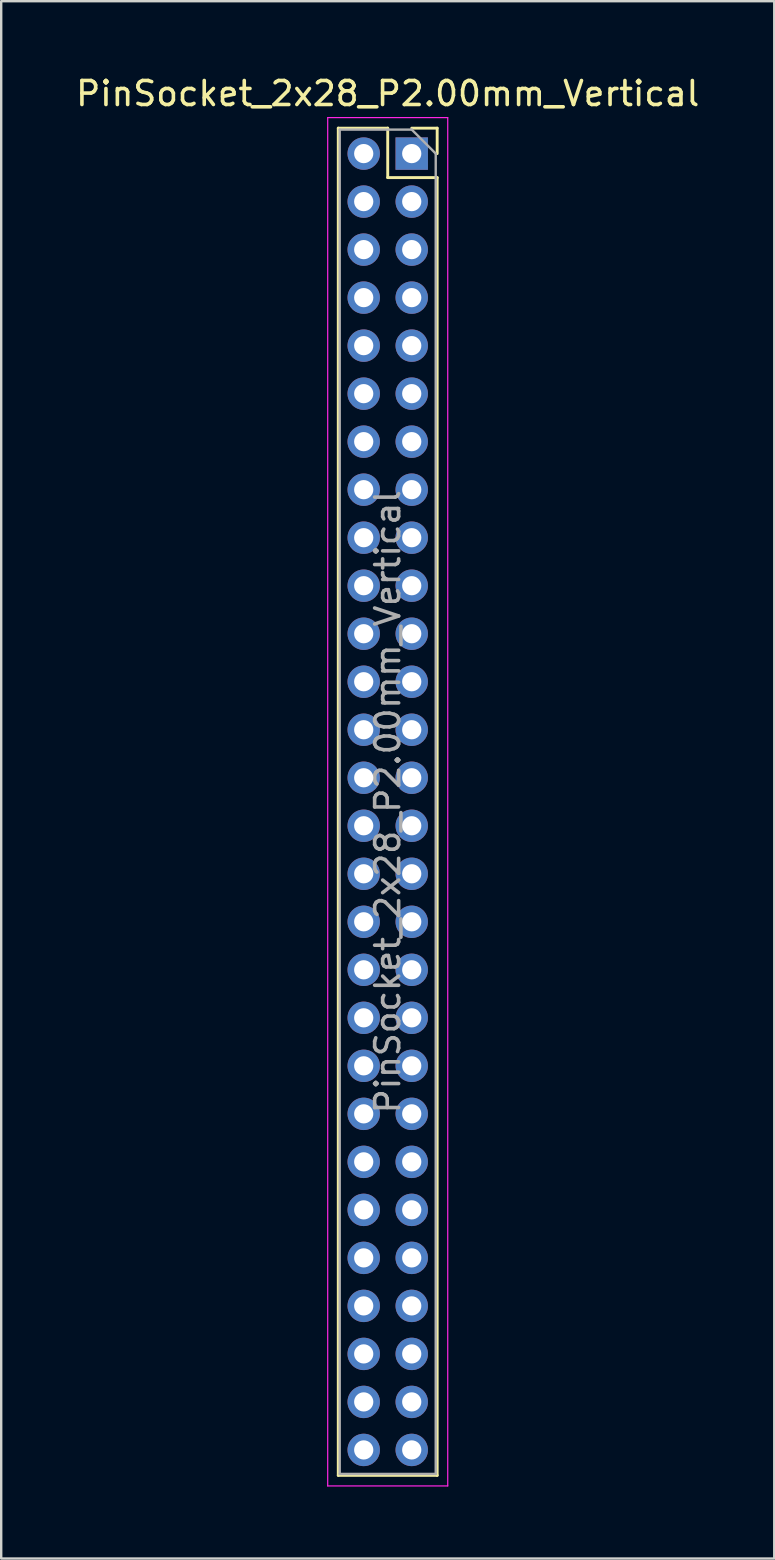
<source format=kicad_pcb>
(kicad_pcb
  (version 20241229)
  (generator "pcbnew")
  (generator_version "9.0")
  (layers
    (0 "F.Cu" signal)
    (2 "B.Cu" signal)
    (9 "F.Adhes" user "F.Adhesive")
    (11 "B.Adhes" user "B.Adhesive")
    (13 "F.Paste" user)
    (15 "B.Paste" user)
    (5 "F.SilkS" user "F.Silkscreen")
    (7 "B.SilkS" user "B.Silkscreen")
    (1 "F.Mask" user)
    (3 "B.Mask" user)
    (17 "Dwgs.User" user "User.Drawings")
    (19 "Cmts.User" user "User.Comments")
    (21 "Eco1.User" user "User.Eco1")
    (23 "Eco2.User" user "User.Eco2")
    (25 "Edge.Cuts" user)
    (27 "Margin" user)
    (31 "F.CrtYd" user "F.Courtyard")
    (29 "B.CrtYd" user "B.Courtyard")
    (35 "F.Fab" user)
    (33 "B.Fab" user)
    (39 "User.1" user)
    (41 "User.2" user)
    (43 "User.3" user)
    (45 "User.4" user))
  (footprint "PinSocket_2x28_P2.00mm_Vertical"
    (layer "F.Cu")
    (at 14.101 3.348)
    (property "Reference" "PinSocket_2x28_P2.00mm_Vertical" (at -1 -2.5 0) (layer "F.SilkS") (effects (font (size 1 1) (thickness 0.15))))
    (attr through_hole)
    (fp_line (start -3.06 -1.06) (end -3.06 55.06) (stroke (width 0.12) (type solid)) (layer "F.SilkS"))
    (fp_line (start -3.06 -1.06) (end -1 -1.06) (stroke (width 0.12) (type solid)) (layer "F.SilkS"))
    (fp_line (start -3.06 55.06) (end 1.06 55.06) (stroke (width 0.12) (type solid)) (layer "F.SilkS"))
    (fp_line (start -1 -1.06) (end -1 1) (stroke (width 0.12) (type solid)) (layer "F.SilkS"))
    (fp_line (start -1 1) (end 1.06 1) (stroke (width 0.12) (type solid)) (layer "F.SilkS"))
    (fp_line (start 0 -1.06) (end 1.06 -1.06) (stroke (width 0.12) (type solid)) (layer "F.SilkS"))
    (fp_line (start 1.06 -1.06) (end 1.06 0) (stroke (width 0.12) (type solid)) (layer "F.SilkS"))
    (fp_line (start 1.06 1) (end 1.06 55.06) (stroke (width 0.12) (type solid)) (layer "F.SilkS"))
    (fp_line (start -3.5 -1.5) (end 1.5 -1.5) (stroke (width 0.05) (type solid)) (layer "F.CrtYd"))
    (fp_line (start -3.5 55.5) (end -3.5 -1.5) (stroke (width 0.05) (type solid)) (layer "F.CrtYd"))
    (fp_line (start 1.5 -1.5) (end 1.5 55.5) (stroke (width 0.05) (type solid)) (layer "F.CrtYd"))
    (fp_line (start 1.5 55.5) (end -3.5 55.5) (stroke (width 0.05) (type solid)) (layer "F.CrtYd"))
    (fp_line (start -3 -1) (end 0 -1) (stroke (width 0.1) (type solid)) (layer "F.Fab"))
    (fp_line (start -3 55) (end -3 -1) (stroke (width 0.1) (type solid)) (layer "F.Fab"))
    (fp_line (start 0 -1) (end 1 0) (stroke (width 0.1) (type solid)) (layer "F.Fab"))
    (fp_line (start 1 0) (end 1 55) (stroke (width 0.1) (type solid)) (layer "F.Fab"))
    (fp_line (start 1 55) (end -3 55) (stroke (width 0.1) (type solid)) (layer "F.Fab"))
    (fp_text user "${REFERENCE}" (at -1 27 90) (layer "F.Fab") (effects (font (size 1 1) (thickness 0.15))))
    (pad "1" thru_hole rect (at 0 0) (size 1.35 1.35) (drill 0.8) (layers "*.Cu" "*.Mask"))
    (pad "2" thru_hole oval (at -2 0) (size 1.35 1.35) (drill 0.8) (layers "*.Cu" "*.Mask"))
    (pad "3" thru_hole oval (at 0 2) (size 1.35 1.35) (drill 0.8) (layers "*.Cu" "*.Mask"))
    (pad "4" thru_hole oval (at -2 2) (size 1.35 1.35) (drill 0.8) (layers "*.Cu" "*.Mask"))
    (pad "5" thru_hole oval (at 0 4) (size 1.35 1.35) (drill 0.8) (layers "*.Cu" "*.Mask"))
    (pad "6" thru_hole oval (at -2 4) (size 1.35 1.35) (drill 0.8) (layers "*.Cu" "*.Mask"))
    (pad "7" thru_hole oval (at 0 6) (size 1.35 1.35) (drill 0.8) (layers "*.Cu" "*.Mask"))
    (pad "8" thru_hole oval (at -2 6) (size 1.35 1.35) (drill 0.8) (layers "*.Cu" "*.Mask"))
    (pad "9" thru_hole oval (at 0 8) (size 1.35 1.35) (drill 0.8) (layers "*.Cu" "*.Mask"))
    (pad "10" thru_hole oval (at -2 8) (size 1.35 1.35) (drill 0.8) (layers "*.Cu" "*.Mask"))
    (pad "11" thru_hole oval (at 0 10) (size 1.35 1.35) (drill 0.8) (layers "*.Cu" "*.Mask"))
    (pad "12" thru_hole oval (at -2 10) (size 1.35 1.35) (drill 0.8) (layers "*.Cu" "*.Mask"))
    (pad "13" thru_hole oval (at 0 12) (size 1.35 1.35) (drill 0.8) (layers "*.Cu" "*.Mask"))
    (pad "14" thru_hole oval (at -2 12) (size 1.35 1.35) (drill 0.8) (layers "*.Cu" "*.Mask"))
    (pad "15" thru_hole oval (at 0 14) (size 1.35 1.35) (drill 0.8) (layers "*.Cu" "*.Mask"))
    (pad "16" thru_hole oval (at -2 14) (size 1.35 1.35) (drill 0.8) (layers "*.Cu" "*.Mask"))
    (pad "17" thru_hole oval (at 0 16) (size 1.35 1.35) (drill 0.8) (layers "*.Cu" "*.Mask"))
    (pad "18" thru_hole oval (at -2 16) (size 1.35 1.35) (drill 0.8) (layers "*.Cu" "*.Mask"))
    (pad "19" thru_hole oval (at 0 18) (size 1.35 1.35) (drill 0.8) (layers "*.Cu" "*.Mask"))
    (pad "20" thru_hole oval (at -2 18) (size 1.35 1.35) (drill 0.8) (layers "*.Cu" "*.Mask"))
    (pad "21" thru_hole oval (at 0 20) (size 1.35 1.35) (drill 0.8) (layers "*.Cu" "*.Mask"))
    (pad "22" thru_hole oval (at -2 20) (size 1.35 1.35) (drill 0.8) (layers "*.Cu" "*.Mask"))
    (pad "23" thru_hole oval (at 0 22) (size 1.35 1.35) (drill 0.8) (layers "*.Cu" "*.Mask"))
    (pad "24" thru_hole oval (at -2 22) (size 1.35 1.35) (drill 0.8) (layers "*.Cu" "*.Mask"))
    (pad "25" thru_hole oval (at 0 24) (size 1.35 1.35) (drill 0.8) (layers "*.Cu" "*.Mask"))
    (pad "26" thru_hole oval (at -2 24) (size 1.35 1.35) (drill 0.8) (layers "*.Cu" "*.Mask"))
    (pad "27" thru_hole oval (at 0 26) (size 1.35 1.35) (drill 0.8) (layers "*.Cu" "*.Mask"))
    (pad "28" thru_hole oval (at -2 26) (size 1.35 1.35) (drill 0.8) (layers "*.Cu" "*.Mask"))
    (pad "29" thru_hole oval (at 0 28) (size 1.35 1.35) (drill 0.8) (layers "*.Cu" "*.Mask"))
    (pad "30" thru_hole oval (at -2 28) (size 1.35 1.35) (drill 0.8) (layers "*.Cu" "*.Mask"))
    (pad "31" thru_hole oval (at 0 30) (size 1.35 1.35) (drill 0.8) (layers "*.Cu" "*.Mask"))
    (pad "32" thru_hole oval (at -2 30) (size 1.35 1.35) (drill 0.8) (layers "*.Cu" "*.Mask"))
    (pad "33" thru_hole oval (at 0 32) (size 1.35 1.35) (drill 0.8) (layers "*.Cu" "*.Mask"))
    (pad "34" thru_hole oval (at -2 32) (size 1.35 1.35) (drill 0.8) (layers "*.Cu" "*.Mask"))
    (pad "35" thru_hole oval (at 0 34) (size 1.35 1.35) (drill 0.8) (layers "*.Cu" "*.Mask"))
    (pad "36" thru_hole oval (at -2 34) (size 1.35 1.35) (drill 0.8) (layers "*.Cu" "*.Mask"))
    (pad "37" thru_hole oval (at 0 36) (size 1.35 1.35) (drill 0.8) (layers "*.Cu" "*.Mask"))
    (pad "38" thru_hole oval (at -2 36) (size 1.35 1.35) (drill 0.8) (layers "*.Cu" "*.Mask"))
    (pad "39" thru_hole oval (at 0 38) (size 1.35 1.35) (drill 0.8) (layers "*.Cu" "*.Mask"))
    (pad "40" thru_hole oval (at -2 38) (size 1.35 1.35) (drill 0.8) (layers "*.Cu" "*.Mask"))
    (pad "41" thru_hole oval (at 0 40) (size 1.35 1.35) (drill 0.8) (layers "*.Cu" "*.Mask"))
    (pad "42" thru_hole oval (at -2 40) (size 1.35 1.35) (drill 0.8) (layers "*.Cu" "*.Mask"))
    (pad "43" thru_hole oval (at 0 42) (size 1.35 1.35) (drill 0.8) (layers "*.Cu" "*.Mask"))
    (pad "44" thru_hole oval (at -2 42) (size 1.35 1.35) (drill 0.8) (layers "*.Cu" "*.Mask"))
    (pad "45" thru_hole oval (at 0 44) (size 1.35 1.35) (drill 0.8) (layers "*.Cu" "*.Mask"))
    (pad "46" thru_hole oval (at -2 44) (size 1.35 1.35) (drill 0.8) (layers "*.Cu" "*.Mask"))
    (pad "47" thru_hole oval (at 0 46) (size 1.35 1.35) (drill 0.8) (layers "*.Cu" "*.Mask"))
    (pad "48" thru_hole oval (at -2 46) (size 1.35 1.35) (drill 0.8) (layers "*.Cu" "*.Mask"))
    (pad "49" thru_hole oval (at 0 48) (size 1.35 1.35) (drill 0.8) (layers "*.Cu" "*.Mask"))
    (pad "50" thru_hole oval (at -2 48) (size 1.35 1.35) (drill 0.8) (layers "*.Cu" "*.Mask"))
    (pad "51" thru_hole oval (at 0 50) (size 1.35 1.35) (drill 0.8) (layers "*.Cu" "*.Mask"))
    (pad "52" thru_hole oval (at -2 50) (size 1.35 1.35) (drill 0.8) (layers "*.Cu" "*.Mask"))
    (pad "53" thru_hole oval (at 0 52) (size 1.35 1.35) (drill 0.8) (layers "*.Cu" "*.Mask"))
    (pad "54" thru_hole oval (at -2 52) (size 1.35 1.35) (drill 0.8) (layers "*.Cu" "*.Mask"))
    (pad "55" thru_hole oval (at 0 54) (size 1.35 1.35) (drill 0.8) (layers "*.Cu" "*.Mask"))
    (pad "56" thru_hole oval (at -2 54) (size 1.35 1.35) (drill 0.8) (layers "*.Cu" "*.Mask")))
  (gr_rect
    (start -3 -3)
    (end 29.202 61.873)
    (stroke (width 0.1) (type default))
    (fill no)
    (layer "Edge.Cuts")))
</source>
